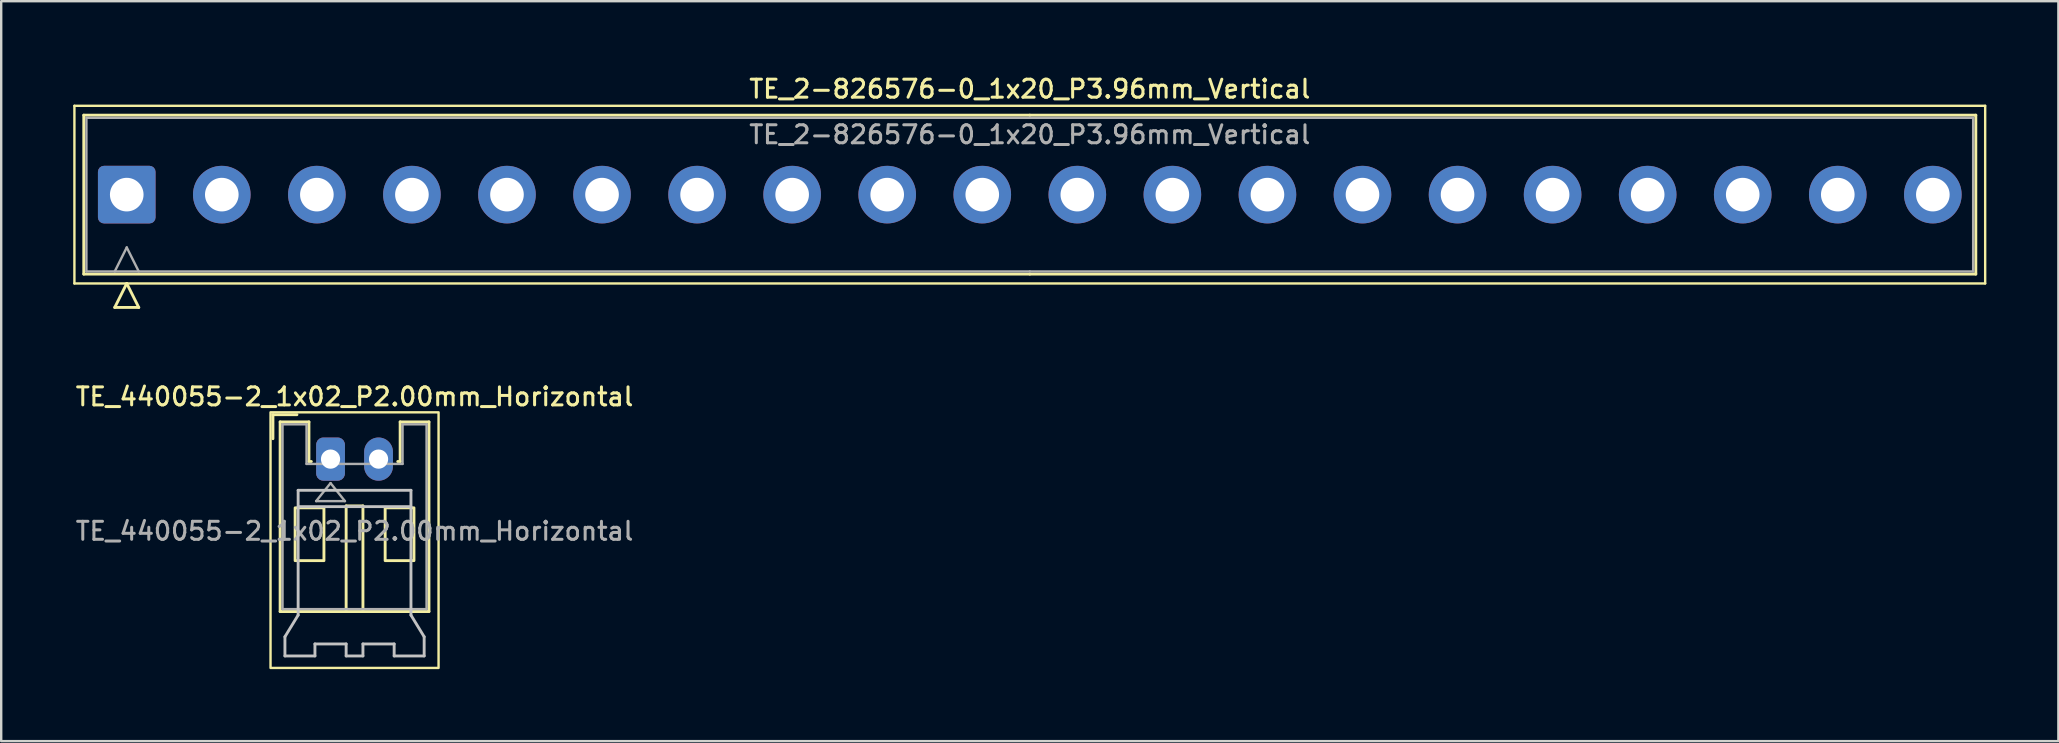
<source format=kicad_pcb>
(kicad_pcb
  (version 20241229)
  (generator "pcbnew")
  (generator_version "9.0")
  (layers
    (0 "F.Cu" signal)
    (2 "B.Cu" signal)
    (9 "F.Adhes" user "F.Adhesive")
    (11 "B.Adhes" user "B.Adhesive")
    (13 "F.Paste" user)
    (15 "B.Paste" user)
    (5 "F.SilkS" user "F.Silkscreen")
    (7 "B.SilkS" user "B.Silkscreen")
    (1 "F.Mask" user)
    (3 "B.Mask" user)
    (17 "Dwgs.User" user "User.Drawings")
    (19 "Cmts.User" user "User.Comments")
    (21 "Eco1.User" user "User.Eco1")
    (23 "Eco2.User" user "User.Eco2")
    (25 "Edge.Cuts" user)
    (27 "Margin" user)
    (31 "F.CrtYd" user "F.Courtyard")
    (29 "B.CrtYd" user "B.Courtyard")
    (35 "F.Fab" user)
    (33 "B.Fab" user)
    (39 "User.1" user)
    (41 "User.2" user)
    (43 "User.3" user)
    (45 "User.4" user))
  (footprint "TE_2-826576-0_1x20_P3.96mm_Vertical"
    (layer "F.Cu")
    (at 2.23 5.058)
    (property "Reference" "TE_2-826576-0_1x20_P3.96mm_Vertical" (at 37.62 -4.4 0) (layer "F.SilkS") (effects (font (size 0.75 0.75) (thickness 0.125))))
    (attr through_hole)
    (fp_line (start -2.18 -3.7) (end -2.18 3.7) (stroke (width 0.1) (type solid)) (layer "F.SilkS"))
    (fp_line (start -2.18 3.7) (end 77.42 3.7) (stroke (width 0.1) (type solid)) (layer "F.SilkS"))
    (fp_line (start -1.79 -3.31) (end -1.79 3.31) (stroke (width 0.12) (type solid)) (layer "F.SilkS"))
    (fp_line (start -1.79 3.31) (end 37.62 3.31) (stroke (width 0.12) (type solid)) (layer "F.SilkS"))
    (fp_line (start -0.5 4.7) (end 0 3.7) (stroke (width 0.12) (type solid)) (layer "F.SilkS"))
    (fp_line (start 0 3.7) (end 0.5 4.7) (stroke (width 0.12) (type solid)) (layer "F.SilkS"))
    (fp_line (start 0.5 4.7) (end -0.5 4.7) (stroke (width 0.12) (type solid)) (layer "F.SilkS"))
    (fp_line (start 37.62 -3.31) (end -1.79 -3.31) (stroke (width 0.12) (type solid)) (layer "F.SilkS"))
    (fp_line (start 37.62 -3.31) (end 77.03 -3.31) (stroke (width 0.12) (type solid)) (layer "F.SilkS"))
    (fp_line (start 77.03 -3.31) (end 77.03 3.31) (stroke (width 0.12) (type solid)) (layer "F.SilkS"))
    (fp_line (start 77.03 3.31) (end 37.62 3.31) (stroke (width 0.12) (type solid)) (layer "F.SilkS"))
    (fp_line (start 77.42 -3.7) (end -2.18 -3.7) (stroke (width 0.1) (type solid)) (layer "F.SilkS"))
    (fp_line (start 77.42 3.7) (end 77.42 -3.7) (stroke (width 0.1) (type solid)) (layer "F.SilkS"))
    (fp_line (start -1.68 -3.2) (end -1.68 3.2) (stroke (width 0.1) (type solid)) (layer "F.Fab"))
    (fp_line (start -1.68 3.2) (end 37.62 3.2) (stroke (width 0.1) (type solid)) (layer "F.Fab"))
    (fp_line (start -0.5 3.2) (end 0 2.2) (stroke (width 0.1) (type solid)) (layer "F.Fab"))
    (fp_line (start 0 2.2) (end 0.5 3.2) (stroke (width 0.1) (type solid)) (layer "F.Fab"))
    (fp_line (start 37.62 -3.2) (end -1.68 -3.2) (stroke (width 0.1) (type solid)) (layer "F.Fab"))
    (fp_line (start 37.62 -3.2) (end 76.92 -3.2) (stroke (width 0.1) (type solid)) (layer "F.Fab"))
    (fp_line (start 76.92 -3.2) (end 76.92 3.2) (stroke (width 0.1) (type solid)) (layer "F.Fab"))
    (fp_line (start 76.92 3.2) (end 37.62 3.2) (stroke (width 0.1) (type solid)) (layer "F.Fab"))
    (fp_text user "${REFERENCE}" (at 37.62 -2.5 0) (layer "F.Fab") (effects (font (size 0.75 0.75) (thickness 0.125))))
    (pad "1" thru_hole roundrect (at 0 0) (size 2.4 2.4) (drill 1.4) (layers "*.Cu" "*.Mask") (roundrect_rratio 0.104))
    (pad "2" thru_hole circle (at 3.96 0) (size 2.4 2.4) (drill 1.4) (layers "*.Cu" "*.Mask"))
    (pad "3" thru_hole circle (at 7.92 0) (size 2.4 2.4) (drill 1.4) (layers "*.Cu" "*.Mask"))
    (pad "4" thru_hole circle (at 11.88 0) (size 2.4 2.4) (drill 1.4) (layers "*.Cu" "*.Mask"))
    (pad "5" thru_hole circle (at 15.84 0) (size 2.4 2.4) (drill 1.4) (layers "*.Cu" "*.Mask"))
    (pad "6" thru_hole circle (at 19.8 0) (size 2.4 2.4) (drill 1.4) (layers "*.Cu" "*.Mask"))
    (pad "7" thru_hole circle (at 23.76 0) (size 2.4 2.4) (drill 1.4) (layers "*.Cu" "*.Mask"))
    (pad "8" thru_hole circle (at 27.72 0) (size 2.4 2.4) (drill 1.4) (layers "*.Cu" "*.Mask"))
    (pad "9" thru_hole circle (at 31.68 0) (size 2.4 2.4) (drill 1.4) (layers "*.Cu" "*.Mask"))
    (pad "10" thru_hole circle (at 35.64 0) (size 2.4 2.4) (drill 1.4) (layers "*.Cu" "*.Mask"))
    (pad "11" thru_hole circle (at 39.6 0) (size 2.4 2.4) (drill 1.4) (layers "*.Cu" "*.Mask"))
    (pad "12" thru_hole circle (at 43.56 0) (size 2.4 2.4) (drill 1.4) (layers "*.Cu" "*.Mask"))
    (pad "13" thru_hole circle (at 47.52 0) (size 2.4 2.4) (drill 1.4) (layers "*.Cu" "*.Mask"))
    (pad "14" thru_hole circle (at 51.48 0) (size 2.4 2.4) (drill 1.4) (layers "*.Cu" "*.Mask"))
    (pad "15" thru_hole circle (at 55.44 0) (size 2.4 2.4) (drill 1.4) (layers "*.Cu" "*.Mask"))
    (pad "16" thru_hole circle (at 59.4 0) (size 2.4 2.4) (drill 1.4) (layers "*.Cu" "*.Mask"))
    (pad "17" thru_hole circle (at 63.36 0) (size 2.4 2.4) (drill 1.4) (layers "*.Cu" "*.Mask"))
    (pad "18" thru_hole circle (at 67.32 0) (size 2.4 2.4) (drill 1.4) (layers "*.Cu" "*.Mask"))
    (pad "19" thru_hole circle (at 71.28 0) (size 2.4 2.4) (drill 1.4) (layers "*.Cu" "*.Mask"))
    (pad "20" thru_hole circle (at 75.24 0) (size 2.4 2.4) (drill 1.4) (layers "*.Cu" "*.Mask")))
  (footprint "TE_440055-2_1x02_P2.00mm_Horizontal"
    (layer "F.Cu")
    (at 10.72 16.076)
    (property "Reference" "TE_440055-2_1x02_P2.00mm_Horizontal" (at 1 -2.6 0) (unlocked yes) (layer "F.SilkS") (effects (font (size 0.75 0.75) (thickness 0.125))))
    (attr through_hole)
    (fp_line (start -2.4 -1.85) (end -2.4 -0.85) (stroke (width 0.12) (type solid)) (layer "F.SilkS"))
    (fp_line (start -2.4 -1.85) (end -1.4 -1.85) (stroke (width 0.12) (type solid)) (layer "F.SilkS"))
    (fp_line (start -2.1 -1.55) (end -2.1 6.35) (stroke (width 0.12) (type solid)) (layer "F.SilkS"))
    (fp_line (start -2.1 6.35) (end 4.1 6.35) (stroke (width 0.12) (type solid)) (layer "F.SilkS"))
    (fp_line (start -0.9 -1.55) (end -2.1 -1.55) (stroke (width 0.12) (type solid)) (layer "F.SilkS"))
    (fp_line (start -0.9 0.1) (end -0.9 -1.55) (stroke (width 0.12) (type solid)) (layer "F.SilkS"))
    (fp_line (start -0.8 0.1) (end -0.9 0.1) (stroke (width 0.12) (type solid)) (layer "F.SilkS"))
    (fp_line (start 0.65 1.95) (end 0.65 6.35) (stroke (width 0.12) (type solid)) (layer "F.SilkS"))
    (fp_line (start 0.65 1.95) (end 1.35 1.95) (stroke (width 0.12) (type solid)) (layer "F.SilkS"))
    (fp_line (start 1.35 1.95) (end 1.35 6.35) (stroke (width 0.12) (type solid)) (layer "F.SilkS"))
    (fp_line (start 2.9 -1.55) (end 2.9 0.1) (stroke (width 0.12) (type solid)) (layer "F.SilkS"))
    (fp_line (start 2.9 0.1) (end 2.8 0.1) (stroke (width 0.12) (type solid)) (layer "F.SilkS"))
    (fp_line (start 4.1 -1.55) (end 2.9 -1.55) (stroke (width 0.12) (type solid)) (layer "F.SilkS"))
    (fp_line (start 4.1 6.35) (end 4.1 -1.55) (stroke (width 0.12) (type solid)) (layer "F.SilkS"))
    (fp_rect (start -2.5 -1.95) (end 4.5 8.7) (stroke (width 0.1) (type solid)) (fill no) (layer "F.SilkS"))
    (fp_rect (start -1.475 2.03) (end -0.275 4.23) (stroke (width 0.12) (type solid)) (fill no) (layer "F.SilkS"))
    (fp_rect (start 2.275 2.03) (end 3.475 4.23) (stroke (width 0.12) (type solid)) (fill no) (layer "F.SilkS"))
    (fp_line (start -1.9 7.4) (end -1.9 8.2) (stroke (width 0.12) (type solid)) (layer "Dwgs.User"))
    (fp_line (start -1.9 8.2) (end -0.65 8.2) (stroke (width 0.12) (type solid)) (layer "Dwgs.User"))
    (fp_line (start -1.35 1.3) (end 3.35 1.3) (stroke (width 0.12) (type solid)) (layer "Dwgs.User"))
    (fp_line (start -1.35 1.98) (end 3.35 1.98) (stroke (width 0.12) (type solid)) (layer "Dwgs.User"))
    (fp_line (start -1.35 6.5) (end -1.9 7.4) (stroke (width 0.12) (type solid)) (layer "Dwgs.User"))
    (fp_line (start -1.35 6.5) (end -1.35 1.3) (stroke (width 0.12) (type solid)) (layer "Dwgs.User"))
    (fp_line (start -0.65 8.2) (end -0.65 7.7) (stroke (width 0.12) (type solid)) (layer "Dwgs.User"))
    (fp_line (start 0.65 7.7) (end -0.65 7.7) (stroke (width 0.12) (type solid)) (layer "Dwgs.User"))
    (fp_line (start 0.65 7.7) (end 0.65 8.2) (stroke (width 0.12) (type solid)) (layer "Dwgs.User"))
    (fp_line (start 0.65 8.2) (end 1.35 8.2) (stroke (width 0.12) (type solid)) (layer "Dwgs.User"))
    (fp_line (start 1.35 7.7) (end 1.35 8.2) (stroke (width 0.12) (type solid)) (layer "Dwgs.User"))
    (fp_line (start 2.65 7.7) (end 1.35 7.7) (stroke (width 0.12) (type solid)) (layer "Dwgs.User"))
    (fp_line (start 2.65 7.7) (end 2.65 8.2) (stroke (width 0.12) (type solid)) (layer "Dwgs.User"))
    (fp_line (start 2.65 8.2) (end 3.9 8.2) (stroke (width 0.12) (type solid)) (layer "Dwgs.User"))
    (fp_line (start 3.35 6.5) (end 3.35 1.3) (stroke (width 0.12) (type solid)) (layer "Dwgs.User"))
    (fp_line (start 3.35 6.5) (end 3.9 7.4) (stroke (width 0.12) (type solid)) (layer "Dwgs.User"))
    (fp_line (start 3.9 7.4) (end 3.9 8.2) (stroke (width 0.12) (type solid)) (layer "Dwgs.User"))
    (fp_line (start -2 -1.45) (end -2 6.25) (stroke (width 0.1) (type solid)) (layer "F.Fab"))
    (fp_line (start -2 -1.45) (end -1 -1.45) (stroke (width 0.1) (type solid)) (layer "F.Fab"))
    (fp_line (start -1 0.2) (end -1 -1.45) (stroke (width 0.1) (type solid)) (layer "F.Fab"))
    (fp_line (start -1 0.2) (end 3 0.2) (stroke (width 0.1) (type solid)) (layer "F.Fab"))
    (fp_line (start -0.6 1.75) (end 0 1) (stroke (width 0.1) (type solid)) (layer "F.Fab"))
    (fp_line (start -0.6 1.75) (end 0.6 1.75) (stroke (width 0.1) (type solid)) (layer "F.Fab"))
    (fp_line (start 0 1) (end 0.6 1.75) (stroke (width 0.1) (type solid)) (layer "F.Fab"))
    (fp_line (start 3 -1.45) (end 3 0.2) (stroke (width 0.1) (type solid)) (layer "F.Fab"))
    (fp_line (start 3 -1.45) (end 4 -1.45) (stroke (width 0.1) (type solid)) (layer "F.Fab"))
    (fp_line (start 4 6.25) (end -2 6.25) (stroke (width 0.1) (type solid)) (layer "F.Fab"))
    (fp_line (start 4 6.25) (end 4 -1.45) (stroke (width 0.1) (type solid)) (layer "F.Fab"))
    (fp_text user "${REFERENCE}" (at 1 3 0) (unlocked yes) (layer "F.Fab") (effects (font (size 0.75 0.75) (thickness 0.125))))
    (pad "1" thru_hole roundrect (at 0 0) (size 1.2 1.8) (drill 0.8) (layers "*.Cu" "*.Mask") (roundrect_rratio 0.25))
    (pad "2" thru_hole oval (at 2 0) (size 1.2 1.8) (drill 0.8) (layers "*.Cu" "*.Mask")))
  (gr_rect
    (start -3 -3)
    (end 82.7 27.826)
    (stroke (width 0.1) (type default))
    (fill no)
    (layer "Edge.Cuts")))
</source>
